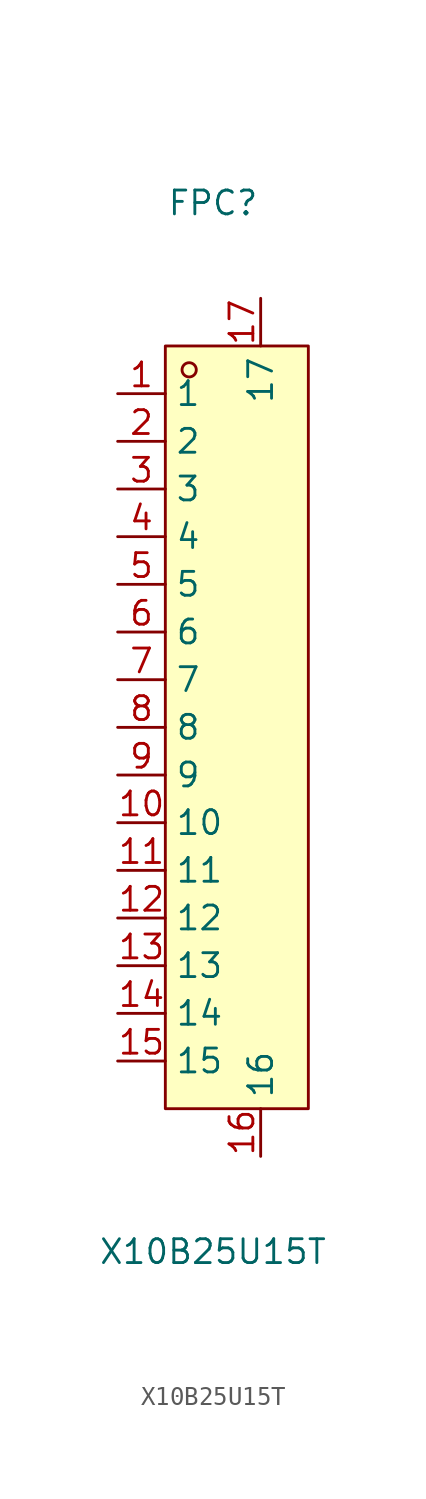
<source format=kicad_sym>
(kicad_symbol_lib
  (version 20211014)
  (generator https://github.com/uPesy/easyeda2kicad.py)
  (symbol "X10B25U15T"
    (property "Reference" "FPC"
      (at 0 25.40 0)
      (effects (font (size 1.27 1.27))))
    (property "Value" "X10B25U15T"
      (at 0 -30.48 0)
      (effects (font (size 1.27 1.27))))
    (symbol "X10B25U15T_0_1"
      (rectangle (start -2.54 17.78) (end 5.08 -22.86) (stroke (width 0) (type default) (color 0 0 0 0)) (fill (type background)))
      (circle (center -1.27 16.51) (radius 0.38) (stroke (width 0) (type default) (color 0 0 0 0)) (fill (type none)))
      (pin unspecified line (at 2.54 20.32 270) (length 2.54) (name "17" (effects (font (size 1.27 1.27)))) (number "17" (effects (font (size 1.27 1.27)))))
      (pin unspecified line (at 2.54 -25.40 90) (length 2.54) (name "16" (effects (font (size 1.27 1.27)))) (number "16" (effects (font (size 1.27 1.27)))))
      (pin unspecified line (at -5.08 -20.32 0) (length 2.54) (name "15" (effects (font (size 1.27 1.27)))) (number "15" (effects (font (size 1.27 1.27)))))
      (pin unspecified line (at -5.08 -17.78 0) (length 2.54) (name "14" (effects (font (size 1.27 1.27)))) (number "14" (effects (font (size 1.27 1.27)))))
      (pin unspecified line (at -5.08 -15.24 0) (length 2.54) (name "13" (effects (font (size 1.27 1.27)))) (number "13" (effects (font (size 1.27 1.27)))))
      (pin unspecified line (at -5.08 -12.70 0) (length 2.54) (name "12" (effects (font (size 1.27 1.27)))) (number "12" (effects (font (size 1.27 1.27)))))
      (pin unspecified line (at -5.08 -10.16 0) (length 2.54) (name "11" (effects (font (size 1.27 1.27)))) (number "11" (effects (font (size 1.27 1.27)))))
      (pin unspecified line (at -5.08 -7.62 0) (length 2.54) (name "10" (effects (font (size 1.27 1.27)))) (number "10" (effects (font (size 1.27 1.27)))))
      (pin unspecified line (at -5.08 -5.08 0) (length 2.54) (name "9" (effects (font (size 1.27 1.27)))) (number "9" (effects (font (size 1.27 1.27)))))
      (pin unspecified line (at -5.08 -2.54 0) (length 2.54) (name "8" (effects (font (size 1.27 1.27)))) (number "8" (effects (font (size 1.27 1.27)))))
      (pin unspecified line (at -5.08 -0.00 0) (length 2.54) (name "7" (effects (font (size 1.27 1.27)))) (number "7" (effects (font (size 1.27 1.27)))))
      (pin unspecified line (at -5.08 2.54 0) (length 2.54) (name "6" (effects (font (size 1.27 1.27)))) (number "6" (effects (font (size 1.27 1.27)))))
      (pin unspecified line (at -5.08 5.08 0) (length 2.54) (name "5" (effects (font (size 1.27 1.27)))) (number "5" (effects (font (size 1.27 1.27)))))
      (pin unspecified line (at -5.08 7.62 0) (length 2.54) (name "4" (effects (font (size 1.27 1.27)))) (number "4" (effects (font (size 1.27 1.27)))))
      (pin unspecified line (at -5.08 10.16 0) (length 2.54) (name "3" (effects (font (size 1.27 1.27)))) (number "3" (effects (font (size 1.27 1.27)))))
      (pin unspecified line (at -5.08 12.70 0) (length 2.54) (name "2" (effects (font (size 1.27 1.27)))) (number "2" (effects (font (size 1.27 1.27)))))
      (pin unspecified line (at -5.08 15.24 0) (length 2.54) (name "1" (effects (font (size 1.27 1.27)))) (number "1" (effects (font (size 1.27 1.27))))))))
</source>
